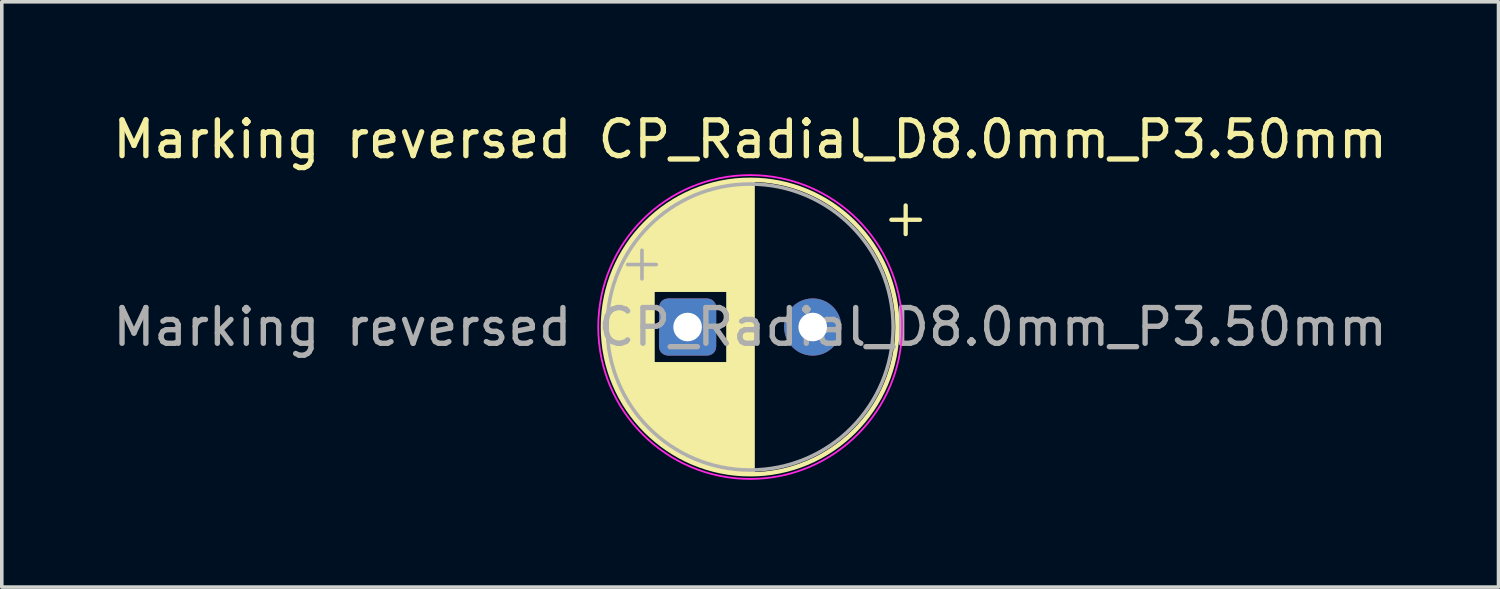
<source format=kicad_pcb>
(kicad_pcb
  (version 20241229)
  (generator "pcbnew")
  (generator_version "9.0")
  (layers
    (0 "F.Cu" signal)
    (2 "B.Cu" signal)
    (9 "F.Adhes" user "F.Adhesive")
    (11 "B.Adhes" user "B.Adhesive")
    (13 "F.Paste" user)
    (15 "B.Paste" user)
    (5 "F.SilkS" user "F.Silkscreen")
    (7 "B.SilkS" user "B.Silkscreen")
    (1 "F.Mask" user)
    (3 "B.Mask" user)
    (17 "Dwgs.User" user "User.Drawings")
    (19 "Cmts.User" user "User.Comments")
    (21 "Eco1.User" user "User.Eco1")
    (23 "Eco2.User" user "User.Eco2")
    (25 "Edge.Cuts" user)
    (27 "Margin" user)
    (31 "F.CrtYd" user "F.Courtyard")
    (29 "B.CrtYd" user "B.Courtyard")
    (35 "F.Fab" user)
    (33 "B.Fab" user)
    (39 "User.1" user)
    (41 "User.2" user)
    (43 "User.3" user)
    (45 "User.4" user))
  (footprint "Marking reversed CP_Radial_D8.0mm_P3.50mm"
    (layer "F.Cu")
    (at 16.185 6.098)
    (property "Reference" "Marking reversed CP_Radial_D8.0mm_P3.50mm" (at 1.75 -5.25 0) (layer "F.SilkS") (effects (font (size 1 1) (thickness 0.15))))
    (attr through_hole)
    (fp_line (start -2.26 0.533) (end -2.26 -0.533) (stroke (width 0.12) (type solid)) (layer "F.SilkS"))
    (fp_line (start -2.22 0.768) (end -2.22 -0.768) (stroke (width 0.12) (type solid)) (layer "F.SilkS"))
    (fp_line (start -2.18 0.947) (end -2.18 -0.947) (stroke (width 0.12) (type solid)) (layer "F.SilkS"))
    (fp_line (start -2.14 1.097) (end -2.14 -1.097) (stroke (width 0.12) (type solid)) (layer "F.SilkS"))
    (fp_line (start -2.1 1.228) (end -2.1 -1.228) (stroke (width 0.12) (type solid)) (layer "F.SilkS"))
    (fp_line (start -2.06 1.346) (end -2.06 -1.346) (stroke (width 0.12) (type solid)) (layer "F.SilkS"))
    (fp_line (start -2.02 1.453) (end -2.02 -1.453) (stroke (width 0.12) (type solid)) (layer "F.SilkS"))
    (fp_line (start -1.98 1.552) (end -1.98 -1.552) (stroke (width 0.12) (type solid)) (layer "F.SilkS"))
    (fp_line (start -1.94 1.644) (end -1.94 -1.644) (stroke (width 0.12) (type solid)) (layer "F.SilkS"))
    (fp_line (start -1.9 1.731) (end -1.9 -1.731) (stroke (width 0.12) (type solid)) (layer "F.SilkS"))
    (fp_line (start -1.86 1.813) (end -1.86 -1.813) (stroke (width 0.12) (type solid)) (layer "F.SilkS"))
    (fp_line (start -1.82 1.89) (end -1.82 -1.89) (stroke (width 0.12) (type solid)) (layer "F.SilkS"))
    (fp_line (start -1.78 1.964) (end -1.78 -1.964) (stroke (width 0.12) (type solid)) (layer "F.SilkS"))
    (fp_line (start -1.74 2.034) (end -1.74 -2.034) (stroke (width 0.12) (type solid)) (layer "F.SilkS"))
    (fp_line (start -1.7 2.101) (end -1.7 -2.101) (stroke (width 0.12) (type solid)) (layer "F.SilkS"))
    (fp_line (start -1.66 2.165) (end -1.66 -2.165) (stroke (width 0.12) (type solid)) (layer "F.SilkS"))
    (fp_line (start -1.62 2.227) (end -1.62 -2.227) (stroke (width 0.12) (type solid)) (layer "F.SilkS"))
    (fp_line (start -1.58 2.287) (end -1.58 -2.287) (stroke (width 0.12) (type solid)) (layer "F.SilkS"))
    (fp_line (start -1.54 2.344) (end -1.54 -2.344) (stroke (width 0.12) (type solid)) (layer "F.SilkS"))
    (fp_line (start -1.5 2.4) (end -1.5 -2.4) (stroke (width 0.12) (type solid)) (layer "F.SilkS"))
    (fp_line (start -1.46 2.453) (end -1.46 -2.453) (stroke (width 0.12) (type solid)) (layer "F.SilkS"))
    (fp_line (start -1.42 2.505) (end -1.42 -2.505) (stroke (width 0.12) (type solid)) (layer "F.SilkS"))
    (fp_line (start -1.38 2.555) (end -1.38 -2.555) (stroke (width 0.12) (type solid)) (layer "F.SilkS"))
    (fp_line (start -1.34 2.604) (end -1.34 -2.604) (stroke (width 0.12) (type solid)) (layer "F.SilkS"))
    (fp_line (start -1.3 2.651) (end -1.3 -2.651) (stroke (width 0.12) (type solid)) (layer "F.SilkS"))
    (fp_line (start -1.26 2.696) (end -1.26 -2.696) (stroke (width 0.12) (type solid)) (layer "F.SilkS"))
    (fp_line (start -1.22 2.741) (end -1.22 -2.741) (stroke (width 0.12) (type solid)) (layer "F.SilkS"))
    (fp_line (start -1.18 2.784) (end -1.18 -2.784) (stroke (width 0.12) (type solid)) (layer "F.SilkS"))
    (fp_line (start -1.14 2.826) (end -1.14 -2.826) (stroke (width 0.12) (type solid)) (layer "F.SilkS"))
    (fp_line (start -1.1 2.867) (end -1.1 -2.867) (stroke (width 0.12) (type solid)) (layer "F.SilkS"))
    (fp_line (start -1.06 2.906) (end -1.06 -2.906) (stroke (width 0.12) (type solid)) (layer "F.SilkS"))
    (fp_line (start -1.02 2.945) (end -1.02 -2.945) (stroke (width 0.12) (type solid)) (layer "F.SilkS"))
    (fp_line (start -0.98 2.982) (end -0.98 -2.982) (stroke (width 0.12) (type solid)) (layer "F.SilkS"))
    (fp_line (start -0.94 -1.04) (end -0.94 -3.019) (stroke (width 0.12) (type solid)) (layer "F.SilkS"))
    (fp_line (start -0.94 3.019) (end -0.94 1.04) (stroke (width 0.12) (type solid)) (layer "F.SilkS"))
    (fp_line (start -0.9 -1.04) (end -0.9 -3.055) (stroke (width 0.12) (type solid)) (layer "F.SilkS"))
    (fp_line (start -0.9 3.055) (end -0.9 1.04) (stroke (width 0.12) (type solid)) (layer "F.SilkS"))
    (fp_line (start -0.86 -1.04) (end -0.86 -3.089) (stroke (width 0.12) (type solid)) (layer "F.SilkS"))
    (fp_line (start -0.86 3.089) (end -0.86 1.04) (stroke (width 0.12) (type solid)) (layer "F.SilkS"))
    (fp_line (start -0.82 -1.04) (end -0.82 -3.123) (stroke (width 0.12) (type solid)) (layer "F.SilkS"))
    (fp_line (start -0.82 3.123) (end -0.82 1.04) (stroke (width 0.12) (type solid)) (layer "F.SilkS"))
    (fp_line (start -0.78 -1.04) (end -0.78 -3.156) (stroke (width 0.12) (type solid)) (layer "F.SilkS"))
    (fp_line (start -0.78 3.156) (end -0.78 1.04) (stroke (width 0.12) (type solid)) (layer "F.SilkS"))
    (fp_line (start -0.74 -1.04) (end -0.74 -3.188) (stroke (width 0.12) (type solid)) (layer "F.SilkS"))
    (fp_line (start -0.74 3.188) (end -0.74 1.04) (stroke (width 0.12) (type solid)) (layer "F.SilkS"))
    (fp_line (start -0.7 -1.04) (end -0.7 -3.219) (stroke (width 0.12) (type solid)) (layer "F.SilkS"))
    (fp_line (start -0.7 3.219) (end -0.7 1.04) (stroke (width 0.12) (type solid)) (layer "F.SilkS"))
    (fp_line (start -0.66 -1.04) (end -0.66 -3.25) (stroke (width 0.12) (type solid)) (layer "F.SilkS"))
    (fp_line (start -0.66 3.25) (end -0.66 1.04) (stroke (width 0.12) (type solid)) (layer "F.SilkS"))
    (fp_line (start -0.62 -1.04) (end -0.62 -3.28) (stroke (width 0.12) (type solid)) (layer "F.SilkS"))
    (fp_line (start -0.62 3.28) (end -0.62 1.04) (stroke (width 0.12) (type solid)) (layer "F.SilkS"))
    (fp_line (start -0.58 -1.04) (end -0.58 -3.309) (stroke (width 0.12) (type solid)) (layer "F.SilkS"))
    (fp_line (start -0.58 3.309) (end -0.58 1.04) (stroke (width 0.12) (type solid)) (layer "F.SilkS"))
    (fp_line (start -0.54 -1.04) (end -0.54 -3.337) (stroke (width 0.12) (type solid)) (layer "F.SilkS"))
    (fp_line (start -0.54 3.337) (end -0.54 1.04) (stroke (width 0.12) (type solid)) (layer "F.SilkS"))
    (fp_line (start -0.5 -1.04) (end -0.5 -3.365) (stroke (width 0.12) (type solid)) (layer "F.SilkS"))
    (fp_line (start -0.5 3.365) (end -0.5 1.04) (stroke (width 0.12) (type solid)) (layer "F.SilkS"))
    (fp_line (start -0.46 -1.04) (end -0.46 -3.392) (stroke (width 0.12) (type solid)) (layer "F.SilkS"))
    (fp_line (start -0.46 3.392) (end -0.46 1.04) (stroke (width 0.12) (type solid)) (layer "F.SilkS"))
    (fp_line (start -0.42 -1.04) (end -0.42 -3.418) (stroke (width 0.12) (type solid)) (layer "F.SilkS"))
    (fp_line (start -0.42 3.418) (end -0.42 1.04) (stroke (width 0.12) (type solid)) (layer "F.SilkS"))
    (fp_line (start -0.38 -1.04) (end -0.38 -3.443) (stroke (width 0.12) (type solid)) (layer "F.SilkS"))
    (fp_line (start -0.38 3.443) (end -0.38 1.04) (stroke (width 0.12) (type solid)) (layer "F.SilkS"))
    (fp_line (start -0.34 -1.04) (end -0.34 -3.468) (stroke (width 0.12) (type solid)) (layer "F.SilkS"))
    (fp_line (start -0.34 3.468) (end -0.34 1.04) (stroke (width 0.12) (type solid)) (layer "F.SilkS"))
    (fp_line (start -0.3 -1.04) (end -0.3 -3.493) (stroke (width 0.12) (type solid)) (layer "F.SilkS"))
    (fp_line (start -0.3 3.493) (end -0.3 1.04) (stroke (width 0.12) (type solid)) (layer "F.SilkS"))
    (fp_line (start -0.26 -1.04) (end -0.26 -3.516) (stroke (width 0.12) (type solid)) (layer "F.SilkS"))
    (fp_line (start -0.26 3.516) (end -0.26 1.04) (stroke (width 0.12) (type solid)) (layer "F.SilkS"))
    (fp_line (start -0.22 -1.04) (end -0.22 -3.539) (stroke (width 0.12) (type solid)) (layer "F.SilkS"))
    (fp_line (start -0.22 3.539) (end -0.22 1.04) (stroke (width 0.12) (type solid)) (layer "F.SilkS"))
    (fp_line (start -0.18 -1.04) (end -0.18 -3.562) (stroke (width 0.12) (type solid)) (layer "F.SilkS"))
    (fp_line (start -0.18 3.562) (end -0.18 1.04) (stroke (width 0.12) (type solid)) (layer "F.SilkS"))
    (fp_line (start -0.14 -1.04) (end -0.14 -3.584) (stroke (width 0.12) (type solid)) (layer "F.SilkS"))
    (fp_line (start -0.14 3.584) (end -0.14 1.04) (stroke (width 0.12) (type solid)) (layer "F.SilkS"))
    (fp_line (start -0.1 -1.04) (end -0.1 -3.605) (stroke (width 0.12) (type solid)) (layer "F.SilkS"))
    (fp_line (start -0.1 3.605) (end -0.1 1.04) (stroke (width 0.12) (type solid)) (layer "F.SilkS"))
    (fp_line (start -0.06 -1.04) (end -0.06 -3.626) (stroke (width 0.12) (type solid)) (layer "F.SilkS"))
    (fp_line (start -0.06 3.626) (end -0.06 1.04) (stroke (width 0.12) (type solid)) (layer "F.SilkS"))
    (fp_line (start -0.02 -1.04) (end -0.02 -3.646) (stroke (width 0.12) (type solid)) (layer "F.SilkS"))
    (fp_line (start -0.02 3.646) (end -0.02 1.04) (stroke (width 0.12) (type solid)) (layer "F.SilkS"))
    (fp_line (start 0.02 -1.04) (end 0.02 -3.666) (stroke (width 0.12) (type solid)) (layer "F.SilkS"))
    (fp_line (start 0.02 3.666) (end 0.02 1.04) (stroke (width 0.12) (type solid)) (layer "F.SilkS"))
    (fp_line (start 0.06 -1.04) (end 0.06 -3.685) (stroke (width 0.12) (type solid)) (layer "F.SilkS"))
    (fp_line (start 0.06 3.685) (end 0.06 1.04) (stroke (width 0.12) (type solid)) (layer "F.SilkS"))
    (fp_line (start 0.1 -1.04) (end 0.1 -3.704) (stroke (width 0.12) (type solid)) (layer "F.SilkS"))
    (fp_line (start 0.1 3.704) (end 0.1 1.04) (stroke (width 0.12) (type solid)) (layer "F.SilkS"))
    (fp_line (start 0.14 -1.04) (end 0.14 -3.722) (stroke (width 0.12) (type solid)) (layer "F.SilkS"))
    (fp_line (start 0.14 3.722) (end 0.14 1.04) (stroke (width 0.12) (type solid)) (layer "F.SilkS"))
    (fp_line (start 0.18 -1.04) (end 0.18 -3.74) (stroke (width 0.12) (type solid)) (layer "F.SilkS"))
    (fp_line (start 0.18 3.74) (end 0.18 1.04) (stroke (width 0.12) (type solid)) (layer "F.SilkS"))
    (fp_line (start 0.22 -1.04) (end 0.22 -3.757) (stroke (width 0.12) (type solid)) (layer "F.SilkS"))
    (fp_line (start 0.22 3.757) (end 0.22 1.04) (stroke (width 0.12) (type solid)) (layer "F.SilkS"))
    (fp_line (start 0.26 -1.04) (end 0.26 -3.773) (stroke (width 0.12) (type solid)) (layer "F.SilkS"))
    (fp_line (start 0.26 3.773) (end 0.26 1.04) (stroke (width 0.12) (type solid)) (layer "F.SilkS"))
    (fp_line (start 0.3 -1.04) (end 0.3 -3.789) (stroke (width 0.12) (type solid)) (layer "F.SilkS"))
    (fp_line (start 0.3 3.789) (end 0.3 1.04) (stroke (width 0.12) (type solid)) (layer "F.SilkS"))
    (fp_line (start 0.34 -1.04) (end 0.34 -3.805) (stroke (width 0.12) (type solid)) (layer "F.SilkS"))
    (fp_line (start 0.34 3.805) (end 0.34 1.04) (stroke (width 0.12) (type solid)) (layer "F.SilkS"))
    (fp_line (start 0.38 -1.04) (end 0.38 -3.82) (stroke (width 0.12) (type solid)) (layer "F.SilkS"))
    (fp_line (start 0.38 3.82) (end 0.38 1.04) (stroke (width 0.12) (type solid)) (layer "F.SilkS"))
    (fp_line (start 0.42 -1.04) (end 0.42 -3.835) (stroke (width 0.12) (type solid)) (layer "F.SilkS"))
    (fp_line (start 0.42 3.835) (end 0.42 1.04) (stroke (width 0.12) (type solid)) (layer "F.SilkS"))
    (fp_line (start 0.46 -1.04) (end 0.46 -3.849) (stroke (width 0.12) (type solid)) (layer "F.SilkS"))
    (fp_line (start 0.46 3.849) (end 0.46 1.04) (stroke (width 0.12) (type solid)) (layer "F.SilkS"))
    (fp_line (start 0.5 -1.04) (end 0.5 -3.863) (stroke (width 0.12) (type solid)) (layer "F.SilkS"))
    (fp_line (start 0.5 3.863) (end 0.5 1.04) (stroke (width 0.12) (type solid)) (layer "F.SilkS"))
    (fp_line (start 0.54 -1.04) (end 0.54 -3.876) (stroke (width 0.12) (type solid)) (layer "F.SilkS"))
    (fp_line (start 0.54 3.876) (end 0.54 1.04) (stroke (width 0.12) (type solid)) (layer "F.SilkS"))
    (fp_line (start 0.58 -1.04) (end 0.58 -3.889) (stroke (width 0.12) (type solid)) (layer "F.SilkS"))
    (fp_line (start 0.58 3.889) (end 0.58 1.04) (stroke (width 0.12) (type solid)) (layer "F.SilkS"))
    (fp_line (start 0.62 -1.04) (end 0.62 -3.901) (stroke (width 0.12) (type solid)) (layer "F.SilkS"))
    (fp_line (start 0.62 3.901) (end 0.62 1.04) (stroke (width 0.12) (type solid)) (layer "F.SilkS"))
    (fp_line (start 0.66 -1.04) (end 0.66 -3.913) (stroke (width 0.12) (type solid)) (layer "F.SilkS"))
    (fp_line (start 0.66 3.913) (end 0.66 1.04) (stroke (width 0.12) (type solid)) (layer "F.SilkS"))
    (fp_line (start 0.7 -1.04) (end 0.7 -3.925) (stroke (width 0.12) (type solid)) (layer "F.SilkS"))
    (fp_line (start 0.7 3.925) (end 0.7 1.04) (stroke (width 0.12) (type solid)) (layer "F.SilkS"))
    (fp_line (start 0.74 -1.04) (end 0.74 -3.936) (stroke (width 0.12) (type solid)) (layer "F.SilkS"))
    (fp_line (start 0.74 3.936) (end 0.74 1.04) (stroke (width 0.12) (type solid)) (layer "F.SilkS"))
    (fp_line (start 0.78 -1.04) (end 0.78 -3.947) (stroke (width 0.12) (type solid)) (layer "F.SilkS"))
    (fp_line (start 0.78 3.947) (end 0.78 1.04) (stroke (width 0.12) (type solid)) (layer "F.SilkS"))
    (fp_line (start 0.82 -1.04) (end 0.82 -3.957) (stroke (width 0.12) (type solid)) (layer "F.SilkS"))
    (fp_line (start 0.82 3.957) (end 0.82 1.04) (stroke (width 0.12) (type solid)) (layer "F.SilkS"))
    (fp_line (start 0.86 -1.04) (end 0.86 -3.967) (stroke (width 0.12) (type solid)) (layer "F.SilkS"))
    (fp_line (start 0.86 3.967) (end 0.86 1.04) (stroke (width 0.12) (type solid)) (layer "F.SilkS"))
    (fp_line (start 0.9 -1.04) (end 0.9 -3.976) (stroke (width 0.12) (type solid)) (layer "F.SilkS"))
    (fp_line (start 0.9 3.976) (end 0.9 1.04) (stroke (width 0.12) (type solid)) (layer "F.SilkS"))
    (fp_line (start 0.94 -1.04) (end 0.94 -3.985) (stroke (width 0.12) (type solid)) (layer "F.SilkS"))
    (fp_line (start 0.94 3.985) (end 0.94 1.04) (stroke (width 0.12) (type solid)) (layer "F.SilkS"))
    (fp_line (start 0.98 -1.04) (end 0.98 -3.993) (stroke (width 0.12) (type solid)) (layer "F.SilkS"))
    (fp_line (start 0.98 3.993) (end 0.98 1.04) (stroke (width 0.12) (type solid)) (layer "F.SilkS"))
    (fp_line (start 1.02 -1.04) (end 1.02 -4.002) (stroke (width 0.12) (type solid)) (layer "F.SilkS"))
    (fp_line (start 1.02 4.002) (end 1.02 1.04) (stroke (width 0.12) (type solid)) (layer "F.SilkS"))
    (fp_line (start 1.06 -1.04) (end 1.06 -4.009) (stroke (width 0.12) (type solid)) (layer "F.SilkS"))
    (fp_line (start 1.06 4.009) (end 1.06 1.04) (stroke (width 0.12) (type solid)) (layer "F.SilkS"))
    (fp_line (start 1.1 -1.04) (end 1.1 -4.017) (stroke (width 0.12) (type solid)) (layer "F.SilkS"))
    (fp_line (start 1.1 4.017) (end 1.1 1.04) (stroke (width 0.12) (type solid)) (layer "F.SilkS"))
    (fp_line (start 1.14 4.023) (end 1.14 -4.023) (stroke (width 0.12) (type solid)) (layer "F.SilkS"))
    (fp_line (start 1.18 4.03) (end 1.18 -4.03) (stroke (width 0.12) (type solid)) (layer "F.SilkS"))
    (fp_line (start 1.22 4.036) (end 1.22 -4.036) (stroke (width 0.12) (type solid)) (layer "F.SilkS"))
    (fp_line (start 1.26 4.042) (end 1.26 -4.042) (stroke (width 0.12) (type solid)) (layer "F.SilkS"))
    (fp_line (start 1.3 4.047) (end 1.3 -4.047) (stroke (width 0.12) (type solid)) (layer "F.SilkS"))
    (fp_line (start 1.34 4.052) (end 1.34 -4.052) (stroke (width 0.12) (type solid)) (layer "F.SilkS"))
    (fp_line (start 1.38 4.056) (end 1.38 -4.056) (stroke (width 0.12) (type solid)) (layer "F.SilkS"))
    (fp_line (start 1.42 4.061) (end 1.42 -4.061) (stroke (width 0.12) (type solid)) (layer "F.SilkS"))
    (fp_line (start 1.46 4.064) (end 1.46 -4.064) (stroke (width 0.12) (type solid)) (layer "F.SilkS"))
    (fp_line (start 1.5 4.068) (end 1.5 -4.068) (stroke (width 0.12) (type solid)) (layer "F.SilkS"))
    (fp_line (start 1.54 4.07) (end 1.54 -4.07) (stroke (width 0.12) (type solid)) (layer "F.SilkS"))
    (fp_line (start 1.58 4.073) (end 1.58 -4.073) (stroke (width 0.12) (type solid)) (layer "F.SilkS"))
    (fp_line (start 1.62 4.075) (end 1.62 -4.075) (stroke (width 0.12) (type solid)) (layer "F.SilkS"))
    (fp_line (start 1.66 4.077) (end 1.66 -4.077) (stroke (width 0.12) (type solid)) (layer "F.SilkS"))
    (fp_line (start 1.7 4.078) (end 1.7 -4.078) (stroke (width 0.12) (type solid)) (layer "F.SilkS"))
    (fp_line (start 1.74 4.079) (end 1.74 -4.079) (stroke (width 0.12) (type solid)) (layer "F.SilkS"))
    (fp_line (start 1.78 4.08) (end 1.78 -4.08) (stroke (width 0.12) (type solid)) (layer "F.SilkS"))
    (fp_line (start 1.82 4.08) (end 1.82 -4.08) (stroke (width 0.12) (type solid)) (layer "F.SilkS"))
    (fp_line (start 5.7 -3) (end 6.5 -3) (stroke (width 0.12) (type solid)) (layer "F.SilkS"))
    (fp_line (start 6.1 -3.4) (end 6.1 -2.6) (stroke (width 0.12) (type solid)) (layer "F.SilkS"))
    (fp_circle (center 1.75 0) (end 5.87 0) (stroke (width 0.12) (type solid)) (fill no) (layer "F.SilkS"))
    (fp_circle (center 1.75 0) (end 6 0) (stroke (width 0.05) (type solid)) (fill no) (layer "F.CrtYd"))
    (fp_line (start -1.677 -1.748) (end -0.877 -1.748) (stroke (width 0.1) (type solid)) (layer "F.Fab"))
    (fp_line (start -1.277 -2.147) (end -1.277 -1.347) (stroke (width 0.1) (type solid)) (layer "F.Fab"))
    (fp_circle (center 1.75 0) (end 5.75 0) (stroke (width 0.1) (type solid)) (fill no) (layer "F.Fab"))
    (fp_text user "${REFERENCE}" (at 1.75 0 0) (layer "F.Fab") (effects (font (size 1 1) (thickness 0.15))))
    (pad "1" thru_hole roundrect (at 0 0) (size 1.6 1.6) (drill 0.8) (layers "*.Cu" "*.Mask") (roundrect_rratio 0.156))
    (pad "2" thru_hole circle (at 3.5 0) (size 1.6 1.6) (drill 0.8) (layers "*.Cu" "*.Mask")))
  (gr_rect
    (start -3 -3)
    (end 38.869 13.373)
    (stroke (width 0.1) (type default))
    (fill no)
    (layer "Edge.Cuts")))
</source>
